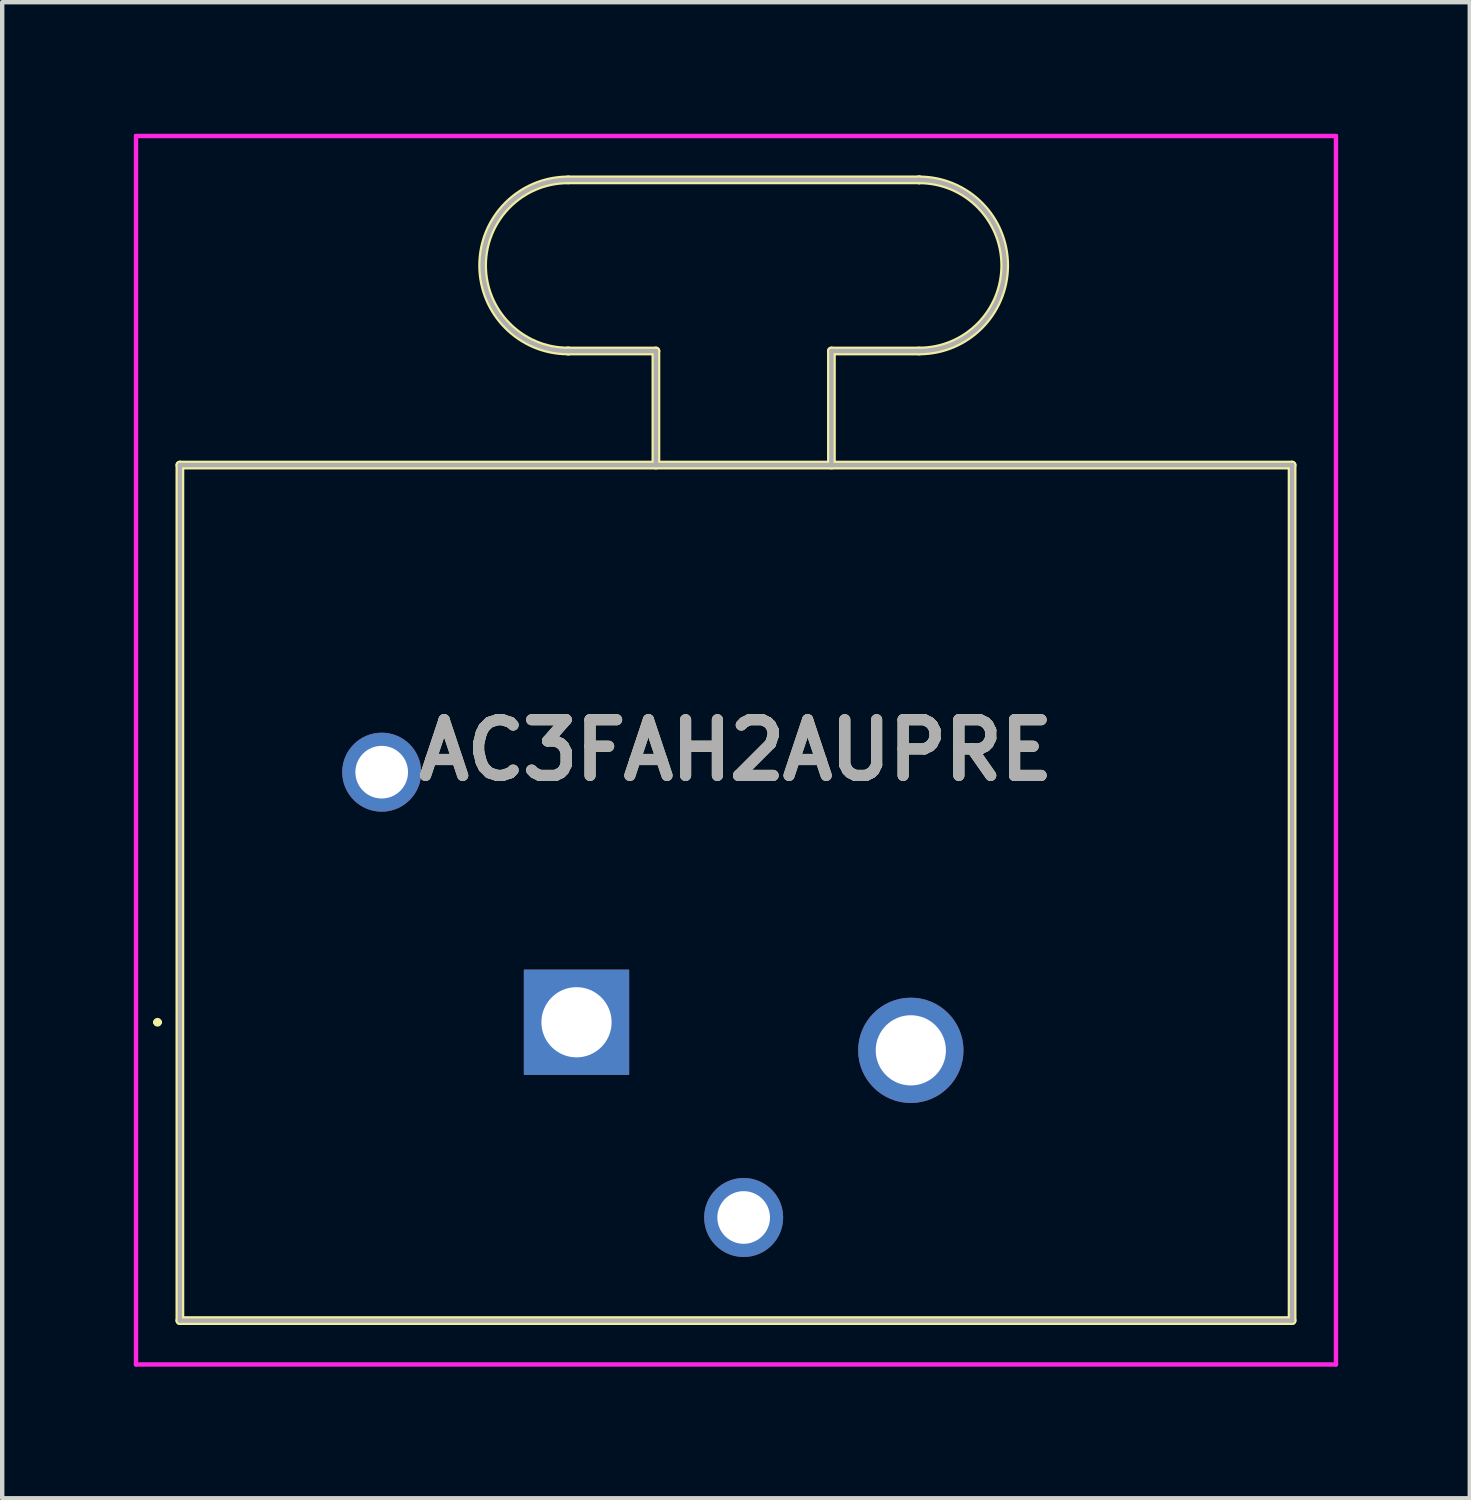
<source format=kicad_pcb>
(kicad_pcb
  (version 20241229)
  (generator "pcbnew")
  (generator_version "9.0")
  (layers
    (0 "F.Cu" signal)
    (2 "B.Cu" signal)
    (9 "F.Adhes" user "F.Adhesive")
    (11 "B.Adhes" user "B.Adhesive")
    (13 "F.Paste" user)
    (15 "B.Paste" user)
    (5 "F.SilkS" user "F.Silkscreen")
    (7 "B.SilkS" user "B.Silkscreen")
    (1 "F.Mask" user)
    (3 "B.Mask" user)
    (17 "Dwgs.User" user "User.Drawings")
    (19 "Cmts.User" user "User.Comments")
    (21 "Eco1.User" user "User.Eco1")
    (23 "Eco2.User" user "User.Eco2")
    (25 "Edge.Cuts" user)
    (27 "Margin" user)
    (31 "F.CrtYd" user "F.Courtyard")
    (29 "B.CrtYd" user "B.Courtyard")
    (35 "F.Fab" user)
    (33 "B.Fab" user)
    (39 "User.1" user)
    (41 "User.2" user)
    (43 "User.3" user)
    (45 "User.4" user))
  (footprint "AC3FAH2AUPRE"
    (layer "F.Cu")
    (at 10.09 20.25)
    (property "Reference" "AC3FAH2AUPRE" (at 3.635 -6.2 0) (layer "F.SilkS") (effects (font (size 1.27 1.27) (thickness 0.254))))
    (attr through_hole)
    (fp_line (start -9.6 0) (end -9.6 0) (stroke (width 0.1) (type solid)) (layer "F.SilkS"))
    (fp_line (start -9.5 0) (end -9.5 0) (stroke (width 0.1) (type solid)) (layer "F.SilkS"))
    (fp_line (start -9.04 -12.7) (end 16.31 -12.7) (stroke (width 0.2) (type solid)) (layer "F.SilkS"))
    (fp_line (start -9.04 6.8) (end -9.04 -12.7) (stroke (width 0.2) (type solid)) (layer "F.SilkS"))
    (fp_line (start -0.19 -19.2) (end 7.81 -19.2) (stroke (width 0.2) (type solid)) (layer "F.SilkS"))
    (fp_line (start -0.19 -15.3) (end -0.19 -15.3) (stroke (width 0.2) (type solid)) (layer "F.SilkS"))
    (fp_line (start 1.81 -15.3) (end -0.19 -15.3) (stroke (width 0.2) (type solid)) (layer "F.SilkS"))
    (fp_line (start 1.81 -12.7) (end 1.81 -15.3) (stroke (width 0.2) (type solid)) (layer "F.SilkS"))
    (fp_line (start 5.81 -15.3) (end 5.81 -12.7) (stroke (width 0.2) (type solid)) (layer "F.SilkS"))
    (fp_line (start 7.81 -19.2) (end 7.81 -19.2) (stroke (width 0.2) (type solid)) (layer "F.SilkS"))
    (fp_line (start 7.81 -15.3) (end 5.81 -15.3) (stroke (width 0.2) (type solid)) (layer "F.SilkS"))
    (fp_line (start 16.31 -12.7) (end 16.31 6.8) (stroke (width 0.2) (type solid)) (layer "F.SilkS"))
    (fp_line (start 16.31 6.8) (end -9.04 6.8) (stroke (width 0.2) (type solid)) (layer "F.SilkS"))
    (fp_arc (start -9.6 0) (mid -9.55 -0.05) (end -9.5 0) (stroke (width 0.1) (type solid)) (layer "F.SilkS"))
    (fp_arc (start -9.5 0) (mid -9.55 0.05) (end -9.6 0) (stroke (width 0.1) (type solid)) (layer "F.SilkS"))
    (fp_arc (start -0.19 -15.3) (mid -2.14 -17.25) (end -0.19 -19.2) (stroke (width 0.2) (type solid)) (layer "F.SilkS"))
    (fp_arc (start 7.81 -19.2) (mid 9.76 -17.25) (end 7.81 -15.3) (stroke (width 0.2) (type solid)) (layer "F.SilkS"))
    (fp_line (start -10.04 -20.2) (end 17.31 -20.2) (stroke (width 0.1) (type solid)) (layer "F.CrtYd"))
    (fp_line (start -10.04 7.8) (end -10.04 -20.2) (stroke (width 0.1) (type solid)) (layer "F.CrtYd"))
    (fp_line (start 17.31 -20.2) (end 17.31 7.8) (stroke (width 0.1) (type solid)) (layer "F.CrtYd"))
    (fp_line (start 17.31 7.8) (end -10.04 7.8) (stroke (width 0.1) (type solid)) (layer "F.CrtYd"))
    (fp_line (start -9.04 -12.7) (end -9.04 6.8) (stroke (width 0.1) (type solid)) (layer "F.Fab"))
    (fp_line (start -9.04 6.8) (end 16.31 6.8) (stroke (width 0.1) (type solid)) (layer "F.Fab"))
    (fp_line (start -0.19 -19.2) (end 7.81 -19.2) (stroke (width 0.1) (type solid)) (layer "F.Fab"))
    (fp_line (start -0.19 -15.3) (end -0.19 -15.3) (stroke (width 0.1) (type solid)) (layer "F.Fab"))
    (fp_line (start 1.81 -15.3) (end -0.19 -15.3) (stroke (width 0.1) (type solid)) (layer "F.Fab"))
    (fp_line (start 1.81 -12.7) (end 1.81 -15.3) (stroke (width 0.1) (type solid)) (layer "F.Fab"))
    (fp_line (start 5.81 -15.3) (end 5.81 -12.7) (stroke (width 0.1) (type solid)) (layer "F.Fab"))
    (fp_line (start 7.81 -19.2) (end 7.81 -19.2) (stroke (width 0.1) (type solid)) (layer "F.Fab"))
    (fp_line (start 7.81 -15.3) (end 5.81 -15.3) (stroke (width 0.1) (type solid)) (layer "F.Fab"))
    (fp_line (start 16.31 -12.7) (end -9.04 -12.7) (stroke (width 0.1) (type solid)) (layer "F.Fab"))
    (fp_line (start 16.31 6.8) (end 16.31 -12.7) (stroke (width 0.1) (type solid)) (layer "F.Fab"))
    (fp_arc (start -0.19 -15.3) (mid -2.14 -17.25) (end -0.19 -19.2) (stroke (width 0.1) (type solid)) (layer "F.Fab"))
    (fp_arc (start 7.81 -19.2) (mid 9.76 -17.25) (end 7.81 -15.3) (stroke (width 0.1) (type solid)) (layer "F.Fab"))
    (fp_text user "${REFERENCE}" (at 3.635 -6.2 0) (layer "F.Fab") (effects (font (size 1.27 1.27) (thickness 0.254))))
    (pad "" np_thru_hole circle (at 0 -8.89) (size 0.001 0.001) (drill 1.6) (layers "*.Cu" "*.Mask"))
    (pad "" np_thru_hole circle (at 7.62 -3.81) (size 0.001 0.001) (drill 1.6) (layers "*.Cu" "*.Mask"))
    (pad "1" thru_hole rect (at 0 0) (size 2.4 2.4) (drill 1.6) (layers "*.Cu" "*.Mask"))
    (pad "2" thru_hole circle (at 7.62 0.64) (size 2.4 2.4) (drill 1.6) (layers "*.Cu" "*.Mask"))
    (pad "3" thru_hole circle (at 3.81 4.45) (size 1.8 1.8) (drill 1.2) (layers "*.Cu" "*.Mask"))
    (pad "G1" thru_hole circle (at -4.44 -5.7) (size 1.8 1.8) (drill 1.2) (layers "*.Cu" "*.Mask")))
  (gr_rect
    (start -3 -3)
    (end 30.45 31.1)
    (stroke (width 0.1) (type default))
    (fill no)
    (layer "Edge.Cuts")))
</source>
